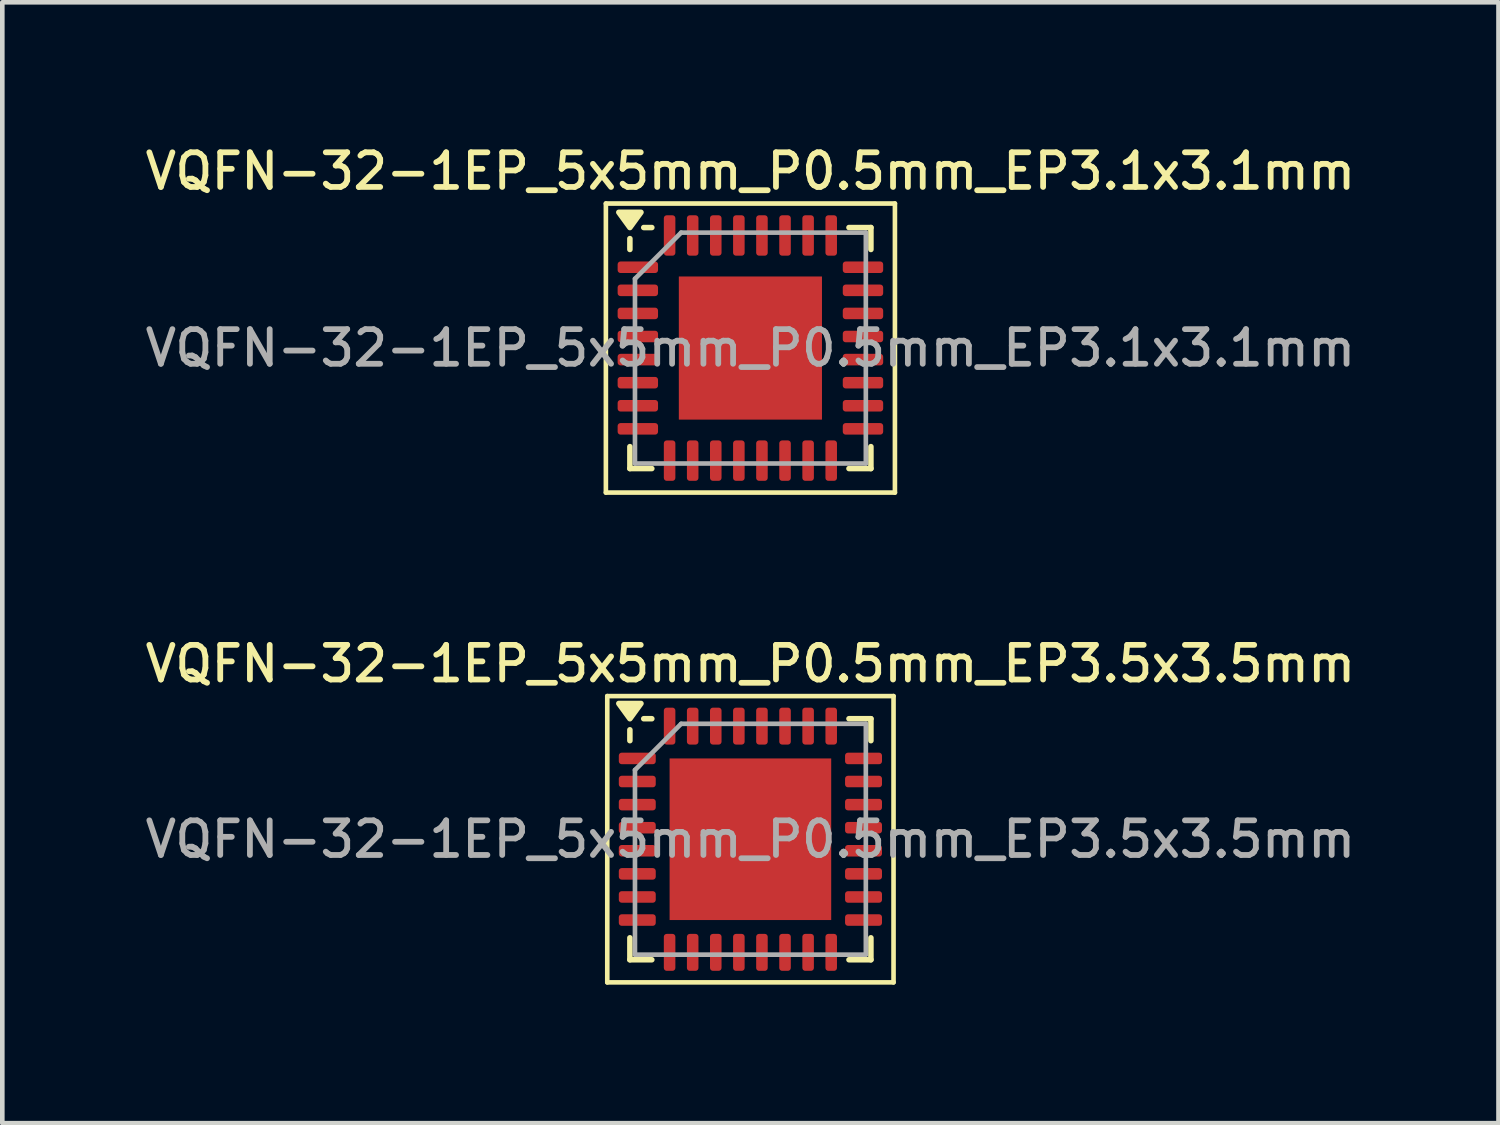
<source format=kicad_pcb>
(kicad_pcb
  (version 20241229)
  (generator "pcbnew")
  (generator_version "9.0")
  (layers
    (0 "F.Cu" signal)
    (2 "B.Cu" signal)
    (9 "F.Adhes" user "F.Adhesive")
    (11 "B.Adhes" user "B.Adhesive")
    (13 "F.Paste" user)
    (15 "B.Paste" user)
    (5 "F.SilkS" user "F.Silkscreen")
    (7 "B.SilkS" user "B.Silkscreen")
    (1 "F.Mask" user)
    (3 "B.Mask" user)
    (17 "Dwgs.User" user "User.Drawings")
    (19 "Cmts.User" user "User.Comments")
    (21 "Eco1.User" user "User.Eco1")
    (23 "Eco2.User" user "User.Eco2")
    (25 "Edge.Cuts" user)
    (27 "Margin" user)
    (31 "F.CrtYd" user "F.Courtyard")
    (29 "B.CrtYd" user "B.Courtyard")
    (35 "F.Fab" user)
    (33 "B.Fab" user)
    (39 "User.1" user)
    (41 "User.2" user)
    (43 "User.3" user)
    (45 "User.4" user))
  (footprint "VQFN-32-1EP_5x5mm_P0.5mm_EP3.5x3.5mm"
    (layer "F.Cu")
    (at 13.202 15.126)
    (property "Reference" "VQFN-32-1EP_5x5mm_P0.5mm_EP3.5x3.5mm" (at 0 -3.8 0) (layer "F.SilkS") (effects (font (size 0.75 0.75) (thickness 0.125))))
    (attr smd)
    (fp_line (start -3.1 -3.1) (end -3.1 3.1) (stroke (width 0.1) (type solid)) (layer "F.SilkS"))
    (fp_line (start -3.1 3.1) (end 3.1 3.1) (stroke (width 0.1) (type solid)) (layer "F.SilkS"))
    (fp_line (start -2.61 -2.135) (end -2.61 -2.37) (stroke (width 0.12) (type solid)) (layer "F.SilkS"))
    (fp_line (start -2.61 2.61) (end -2.61 2.135) (stroke (width 0.12) (type solid)) (layer "F.SilkS"))
    (fp_line (start -2.135 -2.61) (end -2.31 -2.61) (stroke (width 0.12) (type solid)) (layer "F.SilkS"))
    (fp_line (start -2.135 2.61) (end -2.61 2.61) (stroke (width 0.12) (type solid)) (layer "F.SilkS"))
    (fp_line (start 2.135 -2.61) (end 2.61 -2.61) (stroke (width 0.12) (type solid)) (layer "F.SilkS"))
    (fp_line (start 2.135 2.61) (end 2.61 2.61) (stroke (width 0.12) (type solid)) (layer "F.SilkS"))
    (fp_line (start 2.61 -2.61) (end 2.61 -2.135) (stroke (width 0.12) (type solid)) (layer "F.SilkS"))
    (fp_line (start 2.61 2.61) (end 2.61 2.135) (stroke (width 0.12) (type solid)) (layer "F.SilkS"))
    (fp_line (start 3.1 -3.1) (end -3.1 -3.1) (stroke (width 0.1) (type solid)) (layer "F.SilkS"))
    (fp_line (start 3.1 3.1) (end 3.1 -3.1) (stroke (width 0.1) (type solid)) (layer "F.SilkS"))
    (fp_poly (pts (xy -2.61 -2.61) (xy -2.85 -2.94) (xy -2.37 -2.94) (xy -2.61 -2.61)) (stroke (width 0.12) (type solid)) (fill yes) (layer "F.SilkS"))
    (fp_line (start -2.5 -1.5) (end -1.5 -2.5) (stroke (width 0.1) (type solid)) (layer "F.Fab"))
    (fp_line (start -2.5 2.5) (end -2.5 -1.5) (stroke (width 0.1) (type solid)) (layer "F.Fab"))
    (fp_line (start -1.5 -2.5) (end 2.5 -2.5) (stroke (width 0.1) (type solid)) (layer "F.Fab"))
    (fp_line (start 2.5 -2.5) (end 2.5 2.5) (stroke (width 0.1) (type solid)) (layer "F.Fab"))
    (fp_line (start 2.5 2.5) (end -2.5 2.5) (stroke (width 0.1) (type solid)) (layer "F.Fab"))
    (fp_text user "${REFERENCE}" (at 0 0 0) (layer "F.Fab") (effects (font (size 0.75 0.75) (thickness 0.125))))
    (pad "" smd roundrect (at -0.875 -0.875) (size 1.41 1.41) (layers "F.Paste") (roundrect_rratio 0.177))
    (pad "" smd roundrect (at -0.875 0.875) (size 1.41 1.41) (layers "F.Paste") (roundrect_rratio 0.177))
    (pad "" smd roundrect (at 0.875 -0.875) (size 1.41 1.41) (layers "F.Paste") (roundrect_rratio 0.177))
    (pad "" smd roundrect (at 0.875 0.875) (size 1.41 1.41) (layers "F.Paste") (roundrect_rratio 0.177))
    (pad "1" smd roundrect (at -2.45 -1.75) (size 0.8 0.25) (layers "F.Cu" "F.Mask" "F.Paste") (roundrect_rratio 0.25))
    (pad "2" smd roundrect (at -2.45 -1.25) (size 0.8 0.25) (layers "F.Cu" "F.Mask" "F.Paste") (roundrect_rratio 0.25))
    (pad "3" smd roundrect (at -2.45 -0.75) (size 0.8 0.25) (layers "F.Cu" "F.Mask" "F.Paste") (roundrect_rratio 0.25))
    (pad "4" smd roundrect (at -2.45 -0.25) (size 0.8 0.25) (layers "F.Cu" "F.Mask" "F.Paste") (roundrect_rratio 0.25))
    (pad "5" smd roundrect (at -2.45 0.25) (size 0.8 0.25) (layers "F.Cu" "F.Mask" "F.Paste") (roundrect_rratio 0.25))
    (pad "6" smd roundrect (at -2.45 0.75) (size 0.8 0.25) (layers "F.Cu" "F.Mask" "F.Paste") (roundrect_rratio 0.25))
    (pad "7" smd roundrect (at -2.45 1.25) (size 0.8 0.25) (layers "F.Cu" "F.Mask" "F.Paste") (roundrect_rratio 0.25))
    (pad "8" smd roundrect (at -2.45 1.75) (size 0.8 0.25) (layers "F.Cu" "F.Mask" "F.Paste") (roundrect_rratio 0.25))
    (pad "9" smd roundrect (at -1.75 2.45) (size 0.25 0.8) (layers "F.Cu" "F.Mask" "F.Paste") (roundrect_rratio 0.25))
    (pad "10" smd roundrect (at -1.25 2.45) (size 0.25 0.8) (layers "F.Cu" "F.Mask" "F.Paste") (roundrect_rratio 0.25))
    (pad "11" smd roundrect (at -0.75 2.45) (size 0.25 0.8) (layers "F.Cu" "F.Mask" "F.Paste") (roundrect_rratio 0.25))
    (pad "12" smd roundrect (at -0.25 2.45) (size 0.25 0.8) (layers "F.Cu" "F.Mask" "F.Paste") (roundrect_rratio 0.25))
    (pad "13" smd roundrect (at 0.25 2.45) (size 0.25 0.8) (layers "F.Cu" "F.Mask" "F.Paste") (roundrect_rratio 0.25))
    (pad "14" smd roundrect (at 0.75 2.45) (size 0.25 0.8) (layers "F.Cu" "F.Mask" "F.Paste") (roundrect_rratio 0.25))
    (pad "15" smd roundrect (at 1.25 2.45) (size 0.25 0.8) (layers "F.Cu" "F.Mask" "F.Paste") (roundrect_rratio 0.25))
    (pad "16" smd roundrect (at 1.75 2.45) (size 0.25 0.8) (layers "F.Cu" "F.Mask" "F.Paste") (roundrect_rratio 0.25))
    (pad "17" smd roundrect (at 2.45 1.75) (size 0.8 0.25) (layers "F.Cu" "F.Mask" "F.Paste") (roundrect_rratio 0.25))
    (pad "18" smd roundrect (at 2.45 1.25) (size 0.8 0.25) (layers "F.Cu" "F.Mask" "F.Paste") (roundrect_rratio 0.25))
    (pad "19" smd roundrect (at 2.45 0.75) (size 0.8 0.25) (layers "F.Cu" "F.Mask" "F.Paste") (roundrect_rratio 0.25))
    (pad "20" smd roundrect (at 2.45 0.25) (size 0.8 0.25) (layers "F.Cu" "F.Mask" "F.Paste") (roundrect_rratio 0.25))
    (pad "21" smd roundrect (at 2.45 -0.25) (size 0.8 0.25) (layers "F.Cu" "F.Mask" "F.Paste") (roundrect_rratio 0.25))
    (pad "22" smd roundrect (at 2.45 -0.75) (size 0.8 0.25) (layers "F.Cu" "F.Mask" "F.Paste") (roundrect_rratio 0.25))
    (pad "23" smd roundrect (at 2.45 -1.25) (size 0.8 0.25) (layers "F.Cu" "F.Mask" "F.Paste") (roundrect_rratio 0.25))
    (pad "24" smd roundrect (at 2.45 -1.75) (size 0.8 0.25) (layers "F.Cu" "F.Mask" "F.Paste") (roundrect_rratio 0.25))
    (pad "25" smd roundrect (at 1.75 -2.45) (size 0.25 0.8) (layers "F.Cu" "F.Mask" "F.Paste") (roundrect_rratio 0.25))
    (pad "26" smd roundrect (at 1.25 -2.45) (size 0.25 0.8) (layers "F.Cu" "F.Mask" "F.Paste") (roundrect_rratio 0.25))
    (pad "27" smd roundrect (at 0.75 -2.45) (size 0.25 0.8) (layers "F.Cu" "F.Mask" "F.Paste") (roundrect_rratio 0.25))
    (pad "28" smd roundrect (at 0.25 -2.45) (size 0.25 0.8) (layers "F.Cu" "F.Mask" "F.Paste") (roundrect_rratio 0.25))
    (pad "29" smd roundrect (at -0.25 -2.45) (size 0.25 0.8) (layers "F.Cu" "F.Mask" "F.Paste") (roundrect_rratio 0.25))
    (pad "30" smd roundrect (at -0.75 -2.45) (size 0.25 0.8) (layers "F.Cu" "F.Mask" "F.Paste") (roundrect_rratio 0.25))
    (pad "31" smd roundrect (at -1.25 -2.45) (size 0.25 0.8) (layers "F.Cu" "F.Mask" "F.Paste") (roundrect_rratio 0.25))
    (pad "32" smd roundrect (at -1.75 -2.45) (size 0.25 0.8) (layers "F.Cu" "F.Mask" "F.Paste") (roundrect_rratio 0.25))
    (pad "33" smd rect (at 0 0) (size 3.5 3.5) (property pad_prop_heatsink) (layers "F.Cu" "F.Mask")))
  (footprint "VQFN-32-1EP_5x5mm_P0.5mm_EP3.1x3.1mm"
    (layer "F.Cu")
    (at 13.202 4.488)
    (property "Reference" "VQFN-32-1EP_5x5mm_P0.5mm_EP3.1x3.1mm" (at 0 -3.83 0) (layer "F.SilkS") (effects (font (size 0.75 0.75) (thickness 0.125))))
    (attr smd)
    (fp_line (start -3.13 -3.13) (end -3.13 3.13) (stroke (width 0.1) (type solid)) (layer "F.SilkS"))
    (fp_line (start -3.13 3.13) (end 3.13 3.13) (stroke (width 0.1) (type solid)) (layer "F.SilkS"))
    (fp_line (start -2.61 -2.135) (end -2.61 -2.37) (stroke (width 0.12) (type solid)) (layer "F.SilkS"))
    (fp_line (start -2.61 2.61) (end -2.61 2.135) (stroke (width 0.12) (type solid)) (layer "F.SilkS"))
    (fp_line (start -2.135 -2.61) (end -2.31 -2.61) (stroke (width 0.12) (type solid)) (layer "F.SilkS"))
    (fp_line (start -2.135 2.61) (end -2.61 2.61) (stroke (width 0.12) (type solid)) (layer "F.SilkS"))
    (fp_line (start 2.135 -2.61) (end 2.61 -2.61) (stroke (width 0.12) (type solid)) (layer "F.SilkS"))
    (fp_line (start 2.135 2.61) (end 2.61 2.61) (stroke (width 0.12) (type solid)) (layer "F.SilkS"))
    (fp_line (start 2.61 -2.61) (end 2.61 -2.135) (stroke (width 0.12) (type solid)) (layer "F.SilkS"))
    (fp_line (start 2.61 2.61) (end 2.61 2.135) (stroke (width 0.12) (type solid)) (layer "F.SilkS"))
    (fp_line (start 3.13 -3.13) (end -3.13 -3.13) (stroke (width 0.1) (type solid)) (layer "F.SilkS"))
    (fp_line (start 3.13 3.13) (end 3.13 -3.13) (stroke (width 0.1) (type solid)) (layer "F.SilkS"))
    (fp_poly (pts (xy -2.61 -2.61) (xy -2.85 -2.94) (xy -2.37 -2.94) (xy -2.61 -2.61)) (stroke (width 0.12) (type solid)) (fill yes) (layer "F.SilkS"))
    (fp_line (start -2.5 -1.5) (end -1.5 -2.5) (stroke (width 0.1) (type solid)) (layer "F.Fab"))
    (fp_line (start -2.5 2.5) (end -2.5 -1.5) (stroke (width 0.1) (type solid)) (layer "F.Fab"))
    (fp_line (start -1.5 -2.5) (end 2.5 -2.5) (stroke (width 0.1) (type solid)) (layer "F.Fab"))
    (fp_line (start 2.5 -2.5) (end 2.5 2.5) (stroke (width 0.1) (type solid)) (layer "F.Fab"))
    (fp_line (start 2.5 2.5) (end -2.5 2.5) (stroke (width 0.1) (type solid)) (layer "F.Fab"))
    (fp_text user "${REFERENCE}" (at 0 0 0) (layer "F.Fab") (effects (font (size 0.75 0.75) (thickness 0.125))))
    (pad "" smd roundrect (at -0.775 -0.775) (size 1.25 1.25) (layers "F.Paste") (roundrect_rratio 0.2))
    (pad "" smd roundrect (at -0.775 0.775) (size 1.25 1.25) (layers "F.Paste") (roundrect_rratio 0.2))
    (pad "" smd roundrect (at 0.775 -0.775) (size 1.25 1.25) (layers "F.Paste") (roundrect_rratio 0.2))
    (pad "" smd roundrect (at 0.775 0.775) (size 1.25 1.25) (layers "F.Paste") (roundrect_rratio 0.2))
    (pad "1" smd roundrect (at -2.438 -1.75) (size 0.875 0.25) (layers "F.Cu" "F.Mask" "F.Paste") (roundrect_rratio 0.25))
    (pad "2" smd roundrect (at -2.438 -1.25) (size 0.875 0.25) (layers "F.Cu" "F.Mask" "F.Paste") (roundrect_rratio 0.25))
    (pad "3" smd roundrect (at -2.438 -0.75) (size 0.875 0.25) (layers "F.Cu" "F.Mask" "F.Paste") (roundrect_rratio 0.25))
    (pad "4" smd roundrect (at -2.438 -0.25) (size 0.875 0.25) (layers "F.Cu" "F.Mask" "F.Paste") (roundrect_rratio 0.25))
    (pad "5" smd roundrect (at -2.438 0.25) (size 0.875 0.25) (layers "F.Cu" "F.Mask" "F.Paste") (roundrect_rratio 0.25))
    (pad "6" smd roundrect (at -2.438 0.75) (size 0.875 0.25) (layers "F.Cu" "F.Mask" "F.Paste") (roundrect_rratio 0.25))
    (pad "7" smd roundrect (at -2.438 1.25) (size 0.875 0.25) (layers "F.Cu" "F.Mask" "F.Paste") (roundrect_rratio 0.25))
    (pad "8" smd roundrect (at -2.438 1.75) (size 0.875 0.25) (layers "F.Cu" "F.Mask" "F.Paste") (roundrect_rratio 0.25))
    (pad "9" smd roundrect (at -1.75 2.438) (size 0.25 0.875) (layers "F.Cu" "F.Mask" "F.Paste") (roundrect_rratio 0.25))
    (pad "10" smd roundrect (at -1.25 2.438) (size 0.25 0.875) (layers "F.Cu" "F.Mask" "F.Paste") (roundrect_rratio 0.25))
    (pad "11" smd roundrect (at -0.75 2.438) (size 0.25 0.875) (layers "F.Cu" "F.Mask" "F.Paste") (roundrect_rratio 0.25))
    (pad "12" smd roundrect (at -0.25 2.438) (size 0.25 0.875) (layers "F.Cu" "F.Mask" "F.Paste") (roundrect_rratio 0.25))
    (pad "13" smd roundrect (at 0.25 2.438) (size 0.25 0.875) (layers "F.Cu" "F.Mask" "F.Paste") (roundrect_rratio 0.25))
    (pad "14" smd roundrect (at 0.75 2.438) (size 0.25 0.875) (layers "F.Cu" "F.Mask" "F.Paste") (roundrect_rratio 0.25))
    (pad "15" smd roundrect (at 1.25 2.438) (size 0.25 0.875) (layers "F.Cu" "F.Mask" "F.Paste") (roundrect_rratio 0.25))
    (pad "16" smd roundrect (at 1.75 2.438) (size 0.25 0.875) (layers "F.Cu" "F.Mask" "F.Paste") (roundrect_rratio 0.25))
    (pad "17" smd roundrect (at 2.438 1.75) (size 0.875 0.25) (layers "F.Cu" "F.Mask" "F.Paste") (roundrect_rratio 0.25))
    (pad "18" smd roundrect (at 2.438 1.25) (size 0.875 0.25) (layers "F.Cu" "F.Mask" "F.Paste") (roundrect_rratio 0.25))
    (pad "19" smd roundrect (at 2.438 0.75) (size 0.875 0.25) (layers "F.Cu" "F.Mask" "F.Paste") (roundrect_rratio 0.25))
    (pad "20" smd roundrect (at 2.438 0.25) (size 0.875 0.25) (layers "F.Cu" "F.Mask" "F.Paste") (roundrect_rratio 0.25))
    (pad "21" smd roundrect (at 2.438 -0.25) (size 0.875 0.25) (layers "F.Cu" "F.Mask" "F.Paste") (roundrect_rratio 0.25))
    (pad "22" smd roundrect (at 2.438 -0.75) (size 0.875 0.25) (layers "F.Cu" "F.Mask" "F.Paste") (roundrect_rratio 0.25))
    (pad "23" smd roundrect (at 2.438 -1.25) (size 0.875 0.25) (layers "F.Cu" "F.Mask" "F.Paste") (roundrect_rratio 0.25))
    (pad "24" smd roundrect (at 2.438 -1.75) (size 0.875 0.25) (layers "F.Cu" "F.Mask" "F.Paste") (roundrect_rratio 0.25))
    (pad "25" smd roundrect (at 1.75 -2.438) (size 0.25 0.875) (layers "F.Cu" "F.Mask" "F.Paste") (roundrect_rratio 0.25))
    (pad "26" smd roundrect (at 1.25 -2.438) (size 0.25 0.875) (layers "F.Cu" "F.Mask" "F.Paste") (roundrect_rratio 0.25))
    (pad "27" smd roundrect (at 0.75 -2.438) (size 0.25 0.875) (layers "F.Cu" "F.Mask" "F.Paste") (roundrect_rratio 0.25))
    (pad "28" smd roundrect (at 0.25 -2.438) (size 0.25 0.875) (layers "F.Cu" "F.Mask" "F.Paste") (roundrect_rratio 0.25))
    (pad "29" smd roundrect (at -0.25 -2.438) (size 0.25 0.875) (layers "F.Cu" "F.Mask" "F.Paste") (roundrect_rratio 0.25))
    (pad "30" smd roundrect (at -0.75 -2.438) (size 0.25 0.875) (layers "F.Cu" "F.Mask" "F.Paste") (roundrect_rratio 0.25))
    (pad "31" smd roundrect (at -1.25 -2.438) (size 0.25 0.875) (layers "F.Cu" "F.Mask" "F.Paste") (roundrect_rratio 0.25))
    (pad "32" smd roundrect (at -1.75 -2.438) (size 0.25 0.875) (layers "F.Cu" "F.Mask" "F.Paste") (roundrect_rratio 0.25))
    (pad "33" smd rect (at 0 0) (size 3.1 3.1) (property pad_prop_heatsink) (layers "F.Cu" "F.Mask")))
  (gr_rect
    (start -3 -3)
    (end 29.404 21.276)
    (stroke (width 0.1) (type default))
    (fill no)
    (layer "Edge.Cuts")))
</source>
